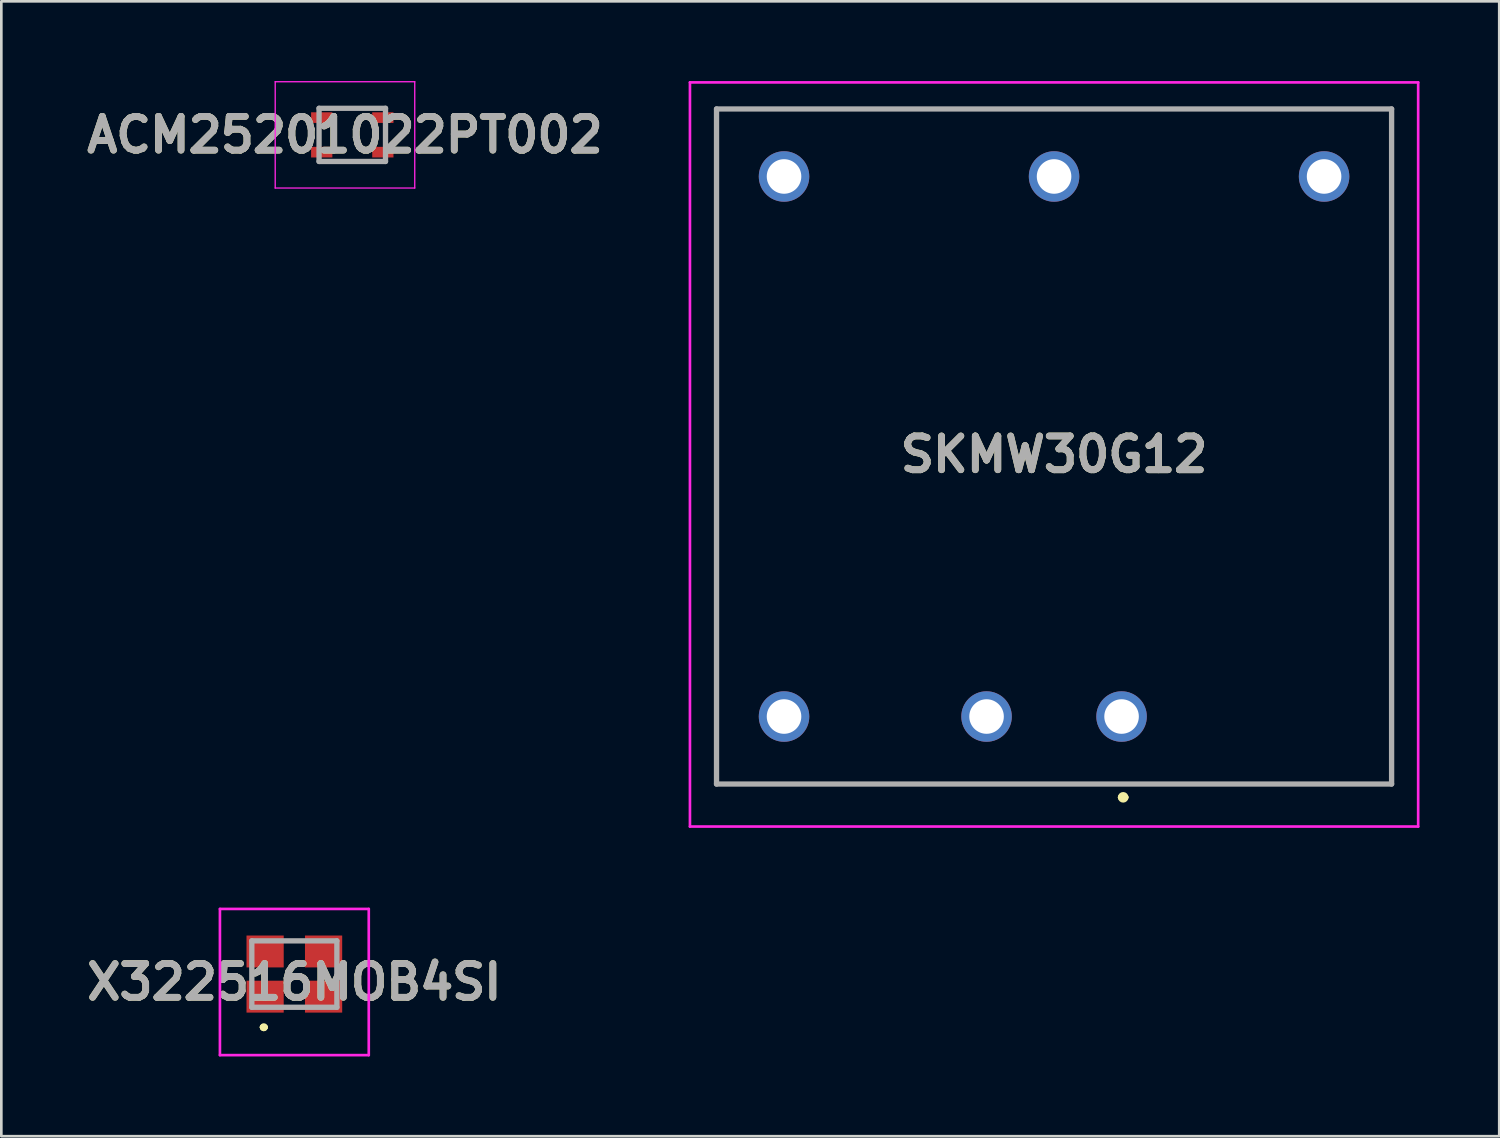
<source format=kicad_pcb>
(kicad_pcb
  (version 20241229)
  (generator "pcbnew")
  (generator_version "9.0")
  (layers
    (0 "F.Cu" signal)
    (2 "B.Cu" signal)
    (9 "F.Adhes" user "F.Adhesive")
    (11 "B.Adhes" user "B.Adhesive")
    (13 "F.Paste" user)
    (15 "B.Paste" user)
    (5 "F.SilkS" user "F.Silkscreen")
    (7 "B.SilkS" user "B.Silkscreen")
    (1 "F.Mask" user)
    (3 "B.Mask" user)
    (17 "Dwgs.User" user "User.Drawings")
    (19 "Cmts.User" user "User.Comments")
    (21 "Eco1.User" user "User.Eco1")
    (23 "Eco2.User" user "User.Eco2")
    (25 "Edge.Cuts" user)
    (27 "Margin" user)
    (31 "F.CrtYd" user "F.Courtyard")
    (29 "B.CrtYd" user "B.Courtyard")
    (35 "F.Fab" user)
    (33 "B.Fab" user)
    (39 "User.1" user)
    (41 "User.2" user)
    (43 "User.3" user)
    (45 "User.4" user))
  (footprint "SKMW30G12"
    (layer "F.Cu")
    (at 39.15 23.91)
    (property "Reference" "SKMW30G12" (at -2.54 -9.86 0) (layer "F.SilkS") (effects (font (size 1.27 1.27) (thickness 0.254))))
    (attr through_hole)
    (fp_line (start -15.24 -22.86) (end 10.16 -22.86) (stroke (width 0.1) (type solid)) (layer "F.SilkS"))
    (fp_line (start -15.24 2.54) (end -15.24 -22.86) (stroke (width 0.1) (type solid)) (layer "F.SilkS"))
    (fp_line (start -0.04 3.04) (end -0.04 3.04) (stroke (width 0.2) (type solid)) (layer "F.SilkS"))
    (fp_line (start 0.16 3.04) (end 0.16 3.04) (stroke (width 0.2) (type solid)) (layer "F.SilkS"))
    (fp_line (start 10.16 -22.86) (end 10.16 2.54) (stroke (width 0.1) (type solid)) (layer "F.SilkS"))
    (fp_line (start 10.16 2.54) (end -15.24 2.54) (stroke (width 0.1) (type solid)) (layer "F.SilkS"))
    (fp_arc (start -0.04 3.04) (mid 0.06 2.94) (end 0.16 3.04) (stroke (width 0.2) (type solid)) (layer "F.SilkS"))
    (fp_arc (start 0.16 3.04) (mid 0.06 3.14) (end -0.04 3.04) (stroke (width 0.2) (type solid)) (layer "F.SilkS"))
    (fp_line (start -16.24 -23.86) (end 11.16 -23.86) (stroke (width 0.1) (type solid)) (layer "F.CrtYd"))
    (fp_line (start -16.24 4.14) (end -16.24 -23.86) (stroke (width 0.1) (type solid)) (layer "F.CrtYd"))
    (fp_line (start 11.16 -23.86) (end 11.16 4.14) (stroke (width 0.1) (type solid)) (layer "F.CrtYd"))
    (fp_line (start 11.16 4.14) (end -16.24 4.14) (stroke (width 0.1) (type solid)) (layer "F.CrtYd"))
    (fp_line (start -15.24 -22.86) (end 10.16 -22.86) (stroke (width 0.2) (type solid)) (layer "F.Fab"))
    (fp_line (start -15.24 2.54) (end -15.24 -22.86) (stroke (width 0.2) (type solid)) (layer "F.Fab"))
    (fp_line (start 10.16 -22.86) (end 10.16 2.54) (stroke (width 0.2) (type solid)) (layer "F.Fab"))
    (fp_line (start 10.16 2.54) (end -15.24 2.54) (stroke (width 0.2) (type solid)) (layer "F.Fab"))
    (fp_text user "${REFERENCE}" (at -2.54 -9.86 0) (layer "F.Fab") (effects (font (size 1.27 1.27) (thickness 0.254))))
    (pad "1" thru_hole circle (at 0 0) (size 1.9 1.9) (drill 1.3) (layers "*.Cu" "*.Mask"))
    (pad "2" thru_hole circle (at -5.08 0) (size 1.9 1.9) (drill 1.3) (layers "*.Cu" "*.Mask"))
    (pad "3" thru_hole circle (at 7.62 -20.32) (size 1.9 1.9) (drill 1.3) (layers "*.Cu" "*.Mask"))
    (pad "4" thru_hole circle (at -2.54 -20.32) (size 1.9 1.9) (drill 1.3) (layers "*.Cu" "*.Mask"))
    (pad "5" thru_hole circle (at -12.7 -20.32) (size 1.9 1.9) (drill 1.3) (layers "*.Cu" "*.Mask"))
    (pad "6" thru_hole circle (at -12.7 0) (size 1.9 1.9) (drill 1.3) (layers "*.Cu" "*.Mask")))
  (footprint "ACM25201022PT002"
    (layer "F.Cu")
    (at 10.205 2.025)
    (property "Reference" "ACM25201022PT002" (at -0.275 0 0) (layer "F.SilkS") (effects (font (size 1.27 1.27) (thickness 0.254))))
    (attr smd)
    (fp_line (start -2.025 -0.65) (end -2.025 -0.65) (stroke (width 0.05) (type solid)) (layer "F.SilkS"))
    (fp_line (start -1.975 -0.65) (end -1.975 -0.65) (stroke (width 0.05) (type solid)) (layer "F.SilkS"))
    (fp_arc (start -2.025 -0.65) (mid -2 -0.675) (end -1.975 -0.65) (stroke (width 0.05) (type solid)) (layer "F.SilkS"))
    (fp_arc (start -1.975 -0.65) (mid -2 -0.625) (end -2.025 -0.65) (stroke (width 0.05) (type solid)) (layer "F.SilkS"))
    (fp_line (start -2.9 -2) (end 2.35 -2) (stroke (width 0.05) (type solid)) (layer "F.CrtYd"))
    (fp_line (start -2.9 2) (end -2.9 -2) (stroke (width 0.05) (type solid)) (layer "F.CrtYd"))
    (fp_line (start 2.35 -2) (end 2.35 2) (stroke (width 0.05) (type solid)) (layer "F.CrtYd"))
    (fp_line (start 2.35 2) (end -2.9 2) (stroke (width 0.05) (type solid)) (layer "F.CrtYd"))
    (fp_line (start -1.25 -1) (end 1.25 -1) (stroke (width 0.2) (type solid)) (layer "F.Fab"))
    (fp_line (start -1.25 1) (end -1.25 -1) (stroke (width 0.2) (type solid)) (layer "F.Fab"))
    (fp_line (start 1.25 -1) (end 1.25 1) (stroke (width 0.2) (type solid)) (layer "F.Fab"))
    (fp_line (start 1.25 1) (end -1.25 1) (stroke (width 0.2) (type solid)) (layer "F.Fab"))
    (fp_text user "${REFERENCE}" (at -0.275 0 0) (layer "F.Fab") (effects (font (size 1.27 1.27) (thickness 0.254))))
    (pad "1" smd rect (at -1.15 -0.65 90) (size 0.4 0.8) (layers "F.Cu" "F.Mask" "F.Paste"))
    (pad "2" smd rect (at -1.15 0.65 90) (size 0.4 0.8) (layers "F.Cu" "F.Mask" "F.Paste"))
    (pad "3" smd rect (at 1.15 0.65 90) (size 0.4 0.8) (layers "F.Cu" "F.Mask" "F.Paste"))
    (pad "4" smd rect (at 1.15 -0.65 90) (size 0.4 0.8) (layers "F.Cu" "F.Mask" "F.Paste")))
  (footprint "X322516MOB4SI"
    (layer "F.Cu")
    (at 8.025 33.6)
    (property "Reference" "X322516MOB4SI" (at 0 0.3 0) (layer "F.SilkS") (effects (font (size 1.27 1.27) (thickness 0.254))))
    (attr smd)
    (fp_line (start -1.2 2) (end -1.2 2) (stroke (width 0.2) (type solid)) (layer "F.SilkS"))
    (fp_line (start -1.2 2) (end -1.2 2) (stroke (width 0.2) (type solid)) (layer "F.SilkS"))
    (fp_line (start -1.1 2) (end -1.1 2) (stroke (width 0.2) (type solid)) (layer "F.SilkS"))
    (fp_arc (start -1.2 2) (mid -1.15 1.95) (end -1.1 2) (stroke (width 0.2) (type solid)) (layer "F.SilkS"))
    (fp_arc (start -1.1 2) (mid -1.15 2.05) (end -1.2 2) (stroke (width 0.2) (type solid)) (layer "F.SilkS"))
    (fp_arc (start -1.1 2) (mid -1.15 2.05) (end -1.2 2) (stroke (width 0.2) (type solid)) (layer "F.SilkS"))
    (fp_line (start -2.8 -2.45) (end 2.8 -2.45) (stroke (width 0.1) (type solid)) (layer "F.CrtYd"))
    (fp_line (start -2.8 3.05) (end -2.8 -2.45) (stroke (width 0.1) (type solid)) (layer "F.CrtYd"))
    (fp_line (start 2.8 -2.45) (end 2.8 3.05) (stroke (width 0.1) (type solid)) (layer "F.CrtYd"))
    (fp_line (start 2.8 3.05) (end -2.8 3.05) (stroke (width 0.1) (type solid)) (layer "F.CrtYd"))
    (fp_line (start -1.6 -1.25) (end -1.6 1.25) (stroke (width 0.2) (type solid)) (layer "F.Fab"))
    (fp_line (start -1.6 1.25) (end 1.6 1.25) (stroke (width 0.2) (type solid)) (layer "F.Fab"))
    (fp_line (start 1.6 -1.25) (end -1.6 -1.25) (stroke (width 0.2) (type solid)) (layer "F.Fab"))
    (fp_line (start 1.6 1.25) (end 1.6 -1.25) (stroke (width 0.2) (type solid)) (layer "F.Fab"))
    (fp_text user "${REFERENCE}" (at 0 0.3 0) (layer "F.Fab") (effects (font (size 1.27 1.27) (thickness 0.254))))
    (pad "1" smd rect (at -1.1 0.85 90) (size 1.2 1.4) (layers "F.Cu" "F.Mask" "F.Paste"))
    (pad "2" smd rect (at 1.1 0.85 90) (size 1.2 1.4) (layers "F.Cu" "F.Mask" "F.Paste"))
    (pad "3" smd rect (at 1.1 -0.85 90) (size 1.2 1.4) (layers "F.Cu" "F.Mask" "F.Paste"))
    (pad "4" smd rect (at -1.1 -0.85 90) (size 1.2 1.4) (layers "F.Cu" "F.Mask" "F.Paste")))
  (gr_rect
    (start -3 -3)
    (end 53.36 39.7)
    (stroke (width 0.1) (type default))
    (fill no)
    (layer "Edge.Cuts")))
</source>
